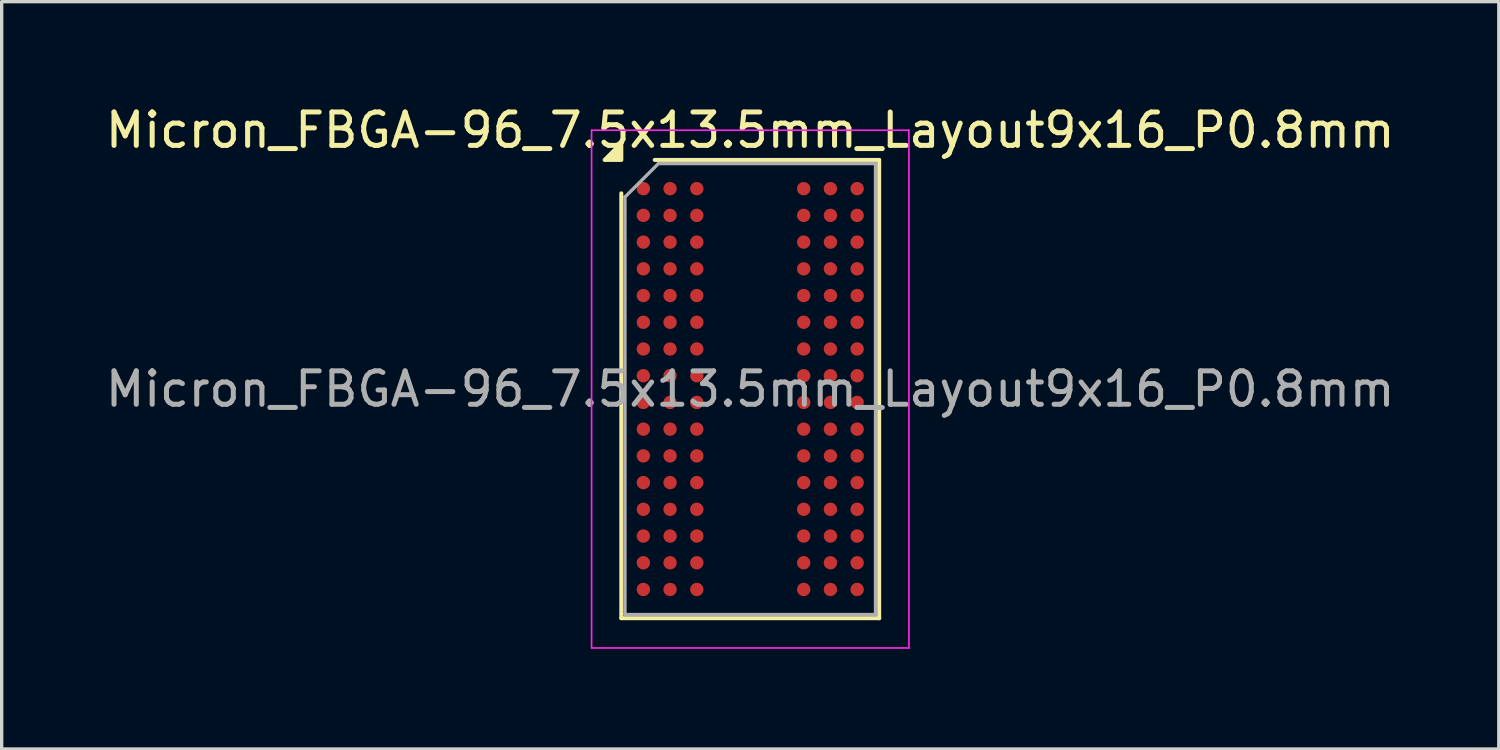
<source format=kicad_pcb>
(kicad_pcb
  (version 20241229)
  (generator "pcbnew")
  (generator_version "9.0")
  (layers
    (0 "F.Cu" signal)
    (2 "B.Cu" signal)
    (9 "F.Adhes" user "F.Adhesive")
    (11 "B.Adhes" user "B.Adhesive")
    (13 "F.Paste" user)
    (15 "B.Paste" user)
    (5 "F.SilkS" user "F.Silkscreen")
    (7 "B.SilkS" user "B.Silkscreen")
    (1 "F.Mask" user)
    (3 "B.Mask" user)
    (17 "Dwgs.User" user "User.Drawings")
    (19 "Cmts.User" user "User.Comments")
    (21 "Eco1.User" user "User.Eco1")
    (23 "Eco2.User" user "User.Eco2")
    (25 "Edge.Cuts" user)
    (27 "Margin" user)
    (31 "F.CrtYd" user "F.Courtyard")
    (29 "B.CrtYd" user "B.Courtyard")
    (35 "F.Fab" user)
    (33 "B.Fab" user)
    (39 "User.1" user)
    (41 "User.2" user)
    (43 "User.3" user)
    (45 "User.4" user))
  (footprint "Micron_FBGA-96_7.5x13.5mm_Layout9x16_P0.8mm"
    (layer "F.Cu")
    (at 19.411 8.598)
    (property "Reference" "Micron_FBGA-96_7.5x13.5mm_Layout9x16_P0.8mm" (at 0 -7.75 0) (layer "F.SilkS") (effects (font (size 1 1) (thickness 0.15))))
    (attr smd)
    (fp_line (start -3.86 6.86) (end -3.86 -5.86) (stroke (width 0.12) (type solid)) (layer "F.SilkS"))
    (fp_line (start -2.86 -6.86) (end 3.86 -6.86) (stroke (width 0.12) (type solid)) (layer "F.SilkS"))
    (fp_line (start 3.86 -6.86) (end 3.86 6.86) (stroke (width 0.12) (type solid)) (layer "F.SilkS"))
    (fp_line (start 3.86 6.86) (end -3.86 6.86) (stroke (width 0.12) (type solid)) (layer "F.SilkS"))
    (fp_poly (pts (xy -3.86 -6.86) (xy -4.36 -6.86) (xy -3.86 -7.36) (xy -3.86 -6.86)) (stroke (width 0.12) (type solid)) (fill yes) (layer "F.SilkS"))
    (fp_line (start -4.75 -7.75) (end -4.75 7.75) (stroke (width 0.05) (type solid)) (layer "F.CrtYd"))
    (fp_line (start -4.75 7.75) (end 4.75 7.75) (stroke (width 0.05) (type solid)) (layer "F.CrtYd"))
    (fp_line (start 4.75 -7.75) (end -4.75 -7.75) (stroke (width 0.05) (type solid)) (layer "F.CrtYd"))
    (fp_line (start 4.75 7.75) (end 4.75 -7.75) (stroke (width 0.05) (type solid)) (layer "F.CrtYd"))
    (fp_line (start -3.75 -5.75) (end -2.75 -6.75) (stroke (width 0.1) (type solid)) (layer "F.Fab"))
    (fp_line (start -3.75 6.75) (end -3.75 -5.75) (stroke (width 0.1) (type solid)) (layer "F.Fab"))
    (fp_line (start -2.75 -6.75) (end 3.75 -6.75) (stroke (width 0.1) (type solid)) (layer "F.Fab"))
    (fp_line (start 3.75 -6.75) (end 3.75 6.75) (stroke (width 0.1) (type solid)) (layer "F.Fab"))
    (fp_line (start 3.75 6.75) (end -3.75 6.75) (stroke (width 0.1) (type solid)) (layer "F.Fab"))
    (fp_text user "${REFERENCE}" (at 0 0 0) (layer "F.Fab") (effects (font (size 1 1) (thickness 0.15))))
    (pad "A1" smd circle (at -3.2 -6) (size 0.4 0.4) (property pad_prop_bga) (layers "F.Cu" "F.Mask" "F.Paste"))
    (pad "A2" smd circle (at -2.4 -6) (size 0.4 0.4) (property pad_prop_bga) (layers "F.Cu" "F.Mask" "F.Paste"))
    (pad "A3" smd circle (at -1.6 -6) (size 0.4 0.4) (property pad_prop_bga) (layers "F.Cu" "F.Mask" "F.Paste"))
    (pad "A7" smd circle (at 1.6 -6) (size 0.4 0.4) (property pad_prop_bga) (layers "F.Cu" "F.Mask" "F.Paste"))
    (pad "A8" smd circle (at 2.4 -6) (size 0.4 0.4) (property pad_prop_bga) (layers "F.Cu" "F.Mask" "F.Paste"))
    (pad "A9" smd circle (at 3.2 -6) (size 0.4 0.4) (property pad_prop_bga) (layers "F.Cu" "F.Mask" "F.Paste"))
    (pad "B1" smd circle (at -3.2 -5.2) (size 0.4 0.4) (property pad_prop_bga) (layers "F.Cu" "F.Mask" "F.Paste"))
    (pad "B2" smd circle (at -2.4 -5.2) (size 0.4 0.4) (property pad_prop_bga) (layers "F.Cu" "F.Mask" "F.Paste"))
    (pad "B3" smd circle (at -1.6 -5.2) (size 0.4 0.4) (property pad_prop_bga) (layers "F.Cu" "F.Mask" "F.Paste"))
    (pad "B7" smd circle (at 1.6 -5.2) (size 0.4 0.4) (property pad_prop_bga) (layers "F.Cu" "F.Mask" "F.Paste"))
    (pad "B8" smd circle (at 2.4 -5.2) (size 0.4 0.4) (property pad_prop_bga) (layers "F.Cu" "F.Mask" "F.Paste"))
    (pad "B9" smd circle (at 3.2 -5.2) (size 0.4 0.4) (property pad_prop_bga) (layers "F.Cu" "F.Mask" "F.Paste"))
    (pad "C1" smd circle (at -3.2 -4.4) (size 0.4 0.4) (property pad_prop_bga) (layers "F.Cu" "F.Mask" "F.Paste"))
    (pad "C2" smd circle (at -2.4 -4.4) (size 0.4 0.4) (property pad_prop_bga) (layers "F.Cu" "F.Mask" "F.Paste"))
    (pad "C3" smd circle (at -1.6 -4.4) (size 0.4 0.4) (property pad_prop_bga) (layers "F.Cu" "F.Mask" "F.Paste"))
    (pad "C7" smd circle (at 1.6 -4.4) (size 0.4 0.4) (property pad_prop_bga) (layers "F.Cu" "F.Mask" "F.Paste"))
    (pad "C8" smd circle (at 2.4 -4.4) (size 0.4 0.4) (property pad_prop_bga) (layers "F.Cu" "F.Mask" "F.Paste"))
    (pad "C9" smd circle (at 3.2 -4.4) (size 0.4 0.4) (property pad_prop_bga) (layers "F.Cu" "F.Mask" "F.Paste"))
    (pad "D1" smd circle (at -3.2 -3.6) (size 0.4 0.4) (property pad_prop_bga) (layers "F.Cu" "F.Mask" "F.Paste"))
    (pad "D2" smd circle (at -2.4 -3.6) (size 0.4 0.4) (property pad_prop_bga) (layers "F.Cu" "F.Mask" "F.Paste"))
    (pad "D3" smd circle (at -1.6 -3.6) (size 0.4 0.4) (property pad_prop_bga) (layers "F.Cu" "F.Mask" "F.Paste"))
    (pad "D7" smd circle (at 1.6 -3.6) (size 0.4 0.4) (property pad_prop_bga) (layers "F.Cu" "F.Mask" "F.Paste"))
    (pad "D8" smd circle (at 2.4 -3.6) (size 0.4 0.4) (property pad_prop_bga) (layers "F.Cu" "F.Mask" "F.Paste"))
    (pad "D9" smd circle (at 3.2 -3.6) (size 0.4 0.4) (property pad_prop_bga) (layers "F.Cu" "F.Mask" "F.Paste"))
    (pad "E1" smd circle (at -3.2 -2.8) (size 0.4 0.4) (property pad_prop_bga) (layers "F.Cu" "F.Mask" "F.Paste"))
    (pad "E2" smd circle (at -2.4 -2.8) (size 0.4 0.4) (property pad_prop_bga) (layers "F.Cu" "F.Mask" "F.Paste"))
    (pad "E3" smd circle (at -1.6 -2.8) (size 0.4 0.4) (property pad_prop_bga) (layers "F.Cu" "F.Mask" "F.Paste"))
    (pad "E7" smd circle (at 1.6 -2.8) (size 0.4 0.4) (property pad_prop_bga) (layers "F.Cu" "F.Mask" "F.Paste"))
    (pad "E8" smd circle (at 2.4 -2.8) (size 0.4 0.4) (property pad_prop_bga) (layers "F.Cu" "F.Mask" "F.Paste"))
    (pad "E9" smd circle (at 3.2 -2.8) (size 0.4 0.4) (property pad_prop_bga) (layers "F.Cu" "F.Mask" "F.Paste"))
    (pad "F1" smd circle (at -3.2 -2) (size 0.4 0.4) (property pad_prop_bga) (layers "F.Cu" "F.Mask" "F.Paste"))
    (pad "F2" smd circle (at -2.4 -2) (size 0.4 0.4) (property pad_prop_bga) (layers "F.Cu" "F.Mask" "F.Paste"))
    (pad "F3" smd circle (at -1.6 -2) (size 0.4 0.4) (property pad_prop_bga) (layers "F.Cu" "F.Mask" "F.Paste"))
    (pad "F7" smd circle (at 1.6 -2) (size 0.4 0.4) (property pad_prop_bga) (layers "F.Cu" "F.Mask" "F.Paste"))
    (pad "F8" smd circle (at 2.4 -2) (size 0.4 0.4) (property pad_prop_bga) (layers "F.Cu" "F.Mask" "F.Paste"))
    (pad "F9" smd circle (at 3.2 -2) (size 0.4 0.4) (property pad_prop_bga) (layers "F.Cu" "F.Mask" "F.Paste"))
    (pad "G1" smd circle (at -3.2 -1.2) (size 0.4 0.4) (property pad_prop_bga) (layers "F.Cu" "F.Mask" "F.Paste"))
    (pad "G2" smd circle (at -2.4 -1.2) (size 0.4 0.4) (property pad_prop_bga) (layers "F.Cu" "F.Mask" "F.Paste"))
    (pad "G3" smd circle (at -1.6 -1.2) (size 0.4 0.4) (property pad_prop_bga) (layers "F.Cu" "F.Mask" "F.Paste"))
    (pad "G7" smd circle (at 1.6 -1.2) (size 0.4 0.4) (property pad_prop_bga) (layers "F.Cu" "F.Mask" "F.Paste"))
    (pad "G8" smd circle (at 2.4 -1.2) (size 0.4 0.4) (property pad_prop_bga) (layers "F.Cu" "F.Mask" "F.Paste"))
    (pad "G9" smd circle (at 3.2 -1.2) (size 0.4 0.4) (property pad_prop_bga) (layers "F.Cu" "F.Mask" "F.Paste"))
    (pad "H1" smd circle (at -3.2 -0.4) (size 0.4 0.4) (property pad_prop_bga) (layers "F.Cu" "F.Mask" "F.Paste"))
    (pad "H2" smd circle (at -2.4 -0.4) (size 0.4 0.4) (property pad_prop_bga) (layers "F.Cu" "F.Mask" "F.Paste"))
    (pad "H3" smd circle (at -1.6 -0.4) (size 0.4 0.4) (property pad_prop_bga) (layers "F.Cu" "F.Mask" "F.Paste"))
    (pad "H7" smd circle (at 1.6 -0.4) (size 0.4 0.4) (property pad_prop_bga) (layers "F.Cu" "F.Mask" "F.Paste"))
    (pad "H8" smd circle (at 2.4 -0.4) (size 0.4 0.4) (property pad_prop_bga) (layers "F.Cu" "F.Mask" "F.Paste"))
    (pad "H9" smd circle (at 3.2 -0.4) (size 0.4 0.4) (property pad_prop_bga) (layers "F.Cu" "F.Mask" "F.Paste"))
    (pad "J1" smd circle (at -3.2 0.4) (size 0.4 0.4) (property pad_prop_bga) (layers "F.Cu" "F.Mask" "F.Paste"))
    (pad "J2" smd circle (at -2.4 0.4) (size 0.4 0.4) (property pad_prop_bga) (layers "F.Cu" "F.Mask" "F.Paste"))
    (pad "J3" smd circle (at -1.6 0.4) (size 0.4 0.4) (property pad_prop_bga) (layers "F.Cu" "F.Mask" "F.Paste"))
    (pad "J7" smd circle (at 1.6 0.4) (size 0.4 0.4) (property pad_prop_bga) (layers "F.Cu" "F.Mask" "F.Paste"))
    (pad "J8" smd circle (at 2.4 0.4) (size 0.4 0.4) (property pad_prop_bga) (layers "F.Cu" "F.Mask" "F.Paste"))
    (pad "J9" smd circle (at 3.2 0.4) (size 0.4 0.4) (property pad_prop_bga) (layers "F.Cu" "F.Mask" "F.Paste"))
    (pad "K1" smd circle (at -3.2 1.2) (size 0.4 0.4) (property pad_prop_bga) (layers "F.Cu" "F.Mask" "F.Paste"))
    (pad "K2" smd circle (at -2.4 1.2) (size 0.4 0.4) (property pad_prop_bga) (layers "F.Cu" "F.Mask" "F.Paste"))
    (pad "K3" smd circle (at -1.6 1.2) (size 0.4 0.4) (property pad_prop_bga) (layers "F.Cu" "F.Mask" "F.Paste"))
    (pad "K7" smd circle (at 1.6 1.2) (size 0.4 0.4) (property pad_prop_bga) (layers "F.Cu" "F.Mask" "F.Paste"))
    (pad "K8" smd circle (at 2.4 1.2) (size 0.4 0.4) (property pad_prop_bga) (layers "F.Cu" "F.Mask" "F.Paste"))
    (pad "K9" smd circle (at 3.2 1.2) (size 0.4 0.4) (property pad_prop_bga) (layers "F.Cu" "F.Mask" "F.Paste"))
    (pad "L1" smd circle (at -3.2 2) (size 0.4 0.4) (property pad_prop_bga) (layers "F.Cu" "F.Mask" "F.Paste"))
    (pad "L2" smd circle (at -2.4 2) (size 0.4 0.4) (property pad_prop_bga) (layers "F.Cu" "F.Mask" "F.Paste"))
    (pad "L3" smd circle (at -1.6 2) (size 0.4 0.4) (property pad_prop_bga) (layers "F.Cu" "F.Mask" "F.Paste"))
    (pad "L7" smd circle (at 1.6 2) (size 0.4 0.4) (property pad_prop_bga) (layers "F.Cu" "F.Mask" "F.Paste"))
    (pad "L8" smd circle (at 2.4 2) (size 0.4 0.4) (property pad_prop_bga) (layers "F.Cu" "F.Mask" "F.Paste"))
    (pad "L9" smd circle (at 3.2 2) (size 0.4 0.4) (property pad_prop_bga) (layers "F.Cu" "F.Mask" "F.Paste"))
    (pad "M1" smd circle (at -3.2 2.8) (size 0.4 0.4) (property pad_prop_bga) (layers "F.Cu" "F.Mask" "F.Paste"))
    (pad "M2" smd circle (at -2.4 2.8) (size 0.4 0.4) (property pad_prop_bga) (layers "F.Cu" "F.Mask" "F.Paste"))
    (pad "M3" smd circle (at -1.6 2.8) (size 0.4 0.4) (property pad_prop_bga) (layers "F.Cu" "F.Mask" "F.Paste"))
    (pad "M7" smd circle (at 1.6 2.8) (size 0.4 0.4) (property pad_prop_bga) (layers "F.Cu" "F.Mask" "F.Paste"))
    (pad "M8" smd circle (at 2.4 2.8) (size 0.4 0.4) (property pad_prop_bga) (layers "F.Cu" "F.Mask" "F.Paste"))
    (pad "M9" smd circle (at 3.2 2.8) (size 0.4 0.4) (property pad_prop_bga) (layers "F.Cu" "F.Mask" "F.Paste"))
    (pad "N1" smd circle (at -3.2 3.6) (size 0.4 0.4) (property pad_prop_bga) (layers "F.Cu" "F.Mask" "F.Paste"))
    (pad "N2" smd circle (at -2.4 3.6) (size 0.4 0.4) (property pad_prop_bga) (layers "F.Cu" "F.Mask" "F.Paste"))
    (pad "N3" smd circle (at -1.6 3.6) (size 0.4 0.4) (property pad_prop_bga) (layers "F.Cu" "F.Mask" "F.Paste"))
    (pad "N7" smd circle (at 1.6 3.6) (size 0.4 0.4) (property pad_prop_bga) (layers "F.Cu" "F.Mask" "F.Paste"))
    (pad "N8" smd circle (at 2.4 3.6) (size 0.4 0.4) (property pad_prop_bga) (layers "F.Cu" "F.Mask" "F.Paste"))
    (pad "N9" smd circle (at 3.2 3.6) (size 0.4 0.4) (property pad_prop_bga) (layers "F.Cu" "F.Mask" "F.Paste"))
    (pad "P1" smd circle (at -3.2 4.4) (size 0.4 0.4) (property pad_prop_bga) (layers "F.Cu" "F.Mask" "F.Paste"))
    (pad "P2" smd circle (at -2.4 4.4) (size 0.4 0.4) (property pad_prop_bga) (layers "F.Cu" "F.Mask" "F.Paste"))
    (pad "P3" smd circle (at -1.6 4.4) (size 0.4 0.4) (property pad_prop_bga) (layers "F.Cu" "F.Mask" "F.Paste"))
    (pad "P7" smd circle (at 1.6 4.4) (size 0.4 0.4) (property pad_prop_bga) (layers "F.Cu" "F.Mask" "F.Paste"))
    (pad "P8" smd circle (at 2.4 4.4) (size 0.4 0.4) (property pad_prop_bga) (layers "F.Cu" "F.Mask" "F.Paste"))
    (pad "P9" smd circle (at 3.2 4.4) (size 0.4 0.4) (property pad_prop_bga) (layers "F.Cu" "F.Mask" "F.Paste"))
    (pad "R1" smd circle (at -3.2 5.2) (size 0.4 0.4) (property pad_prop_bga) (layers "F.Cu" "F.Mask" "F.Paste"))
    (pad "R2" smd circle (at -2.4 5.2) (size 0.4 0.4) (property pad_prop_bga) (layers "F.Cu" "F.Mask" "F.Paste"))
    (pad "R3" smd circle (at -1.6 5.2) (size 0.4 0.4) (property pad_prop_bga) (layers "F.Cu" "F.Mask" "F.Paste"))
    (pad "R7" smd circle (at 1.6 5.2) (size 0.4 0.4) (property pad_prop_bga) (layers "F.Cu" "F.Mask" "F.Paste"))
    (pad "R8" smd circle (at 2.4 5.2) (size 0.4 0.4) (property pad_prop_bga) (layers "F.Cu" "F.Mask" "F.Paste"))
    (pad "R9" smd circle (at 3.2 5.2) (size 0.4 0.4) (property pad_prop_bga) (layers "F.Cu" "F.Mask" "F.Paste"))
    (pad "T1" smd circle (at -3.2 6) (size 0.4 0.4) (property pad_prop_bga) (layers "F.Cu" "F.Mask" "F.Paste"))
    (pad "T2" smd circle (at -2.4 6) (size 0.4 0.4) (property pad_prop_bga) (layers "F.Cu" "F.Mask" "F.Paste"))
    (pad "T3" smd circle (at -1.6 6) (size 0.4 0.4) (property pad_prop_bga) (layers "F.Cu" "F.Mask" "F.Paste"))
    (pad "T7" smd circle (at 1.6 6) (size 0.4 0.4) (property pad_prop_bga) (layers "F.Cu" "F.Mask" "F.Paste"))
    (pad "T8" smd circle (at 2.4 6) (size 0.4 0.4) (property pad_prop_bga) (layers "F.Cu" "F.Mask" "F.Paste"))
    (pad "T9" smd circle (at 3.2 6) (size 0.4 0.4) (property pad_prop_bga) (layers "F.Cu" "F.Mask" "F.Paste")))
  (gr_rect
    (start -3 -3)
    (end 41.821 19.373)
    (stroke (width 0.1) (type default))
    (fill no)
    (layer "Edge.Cuts")))
</source>
